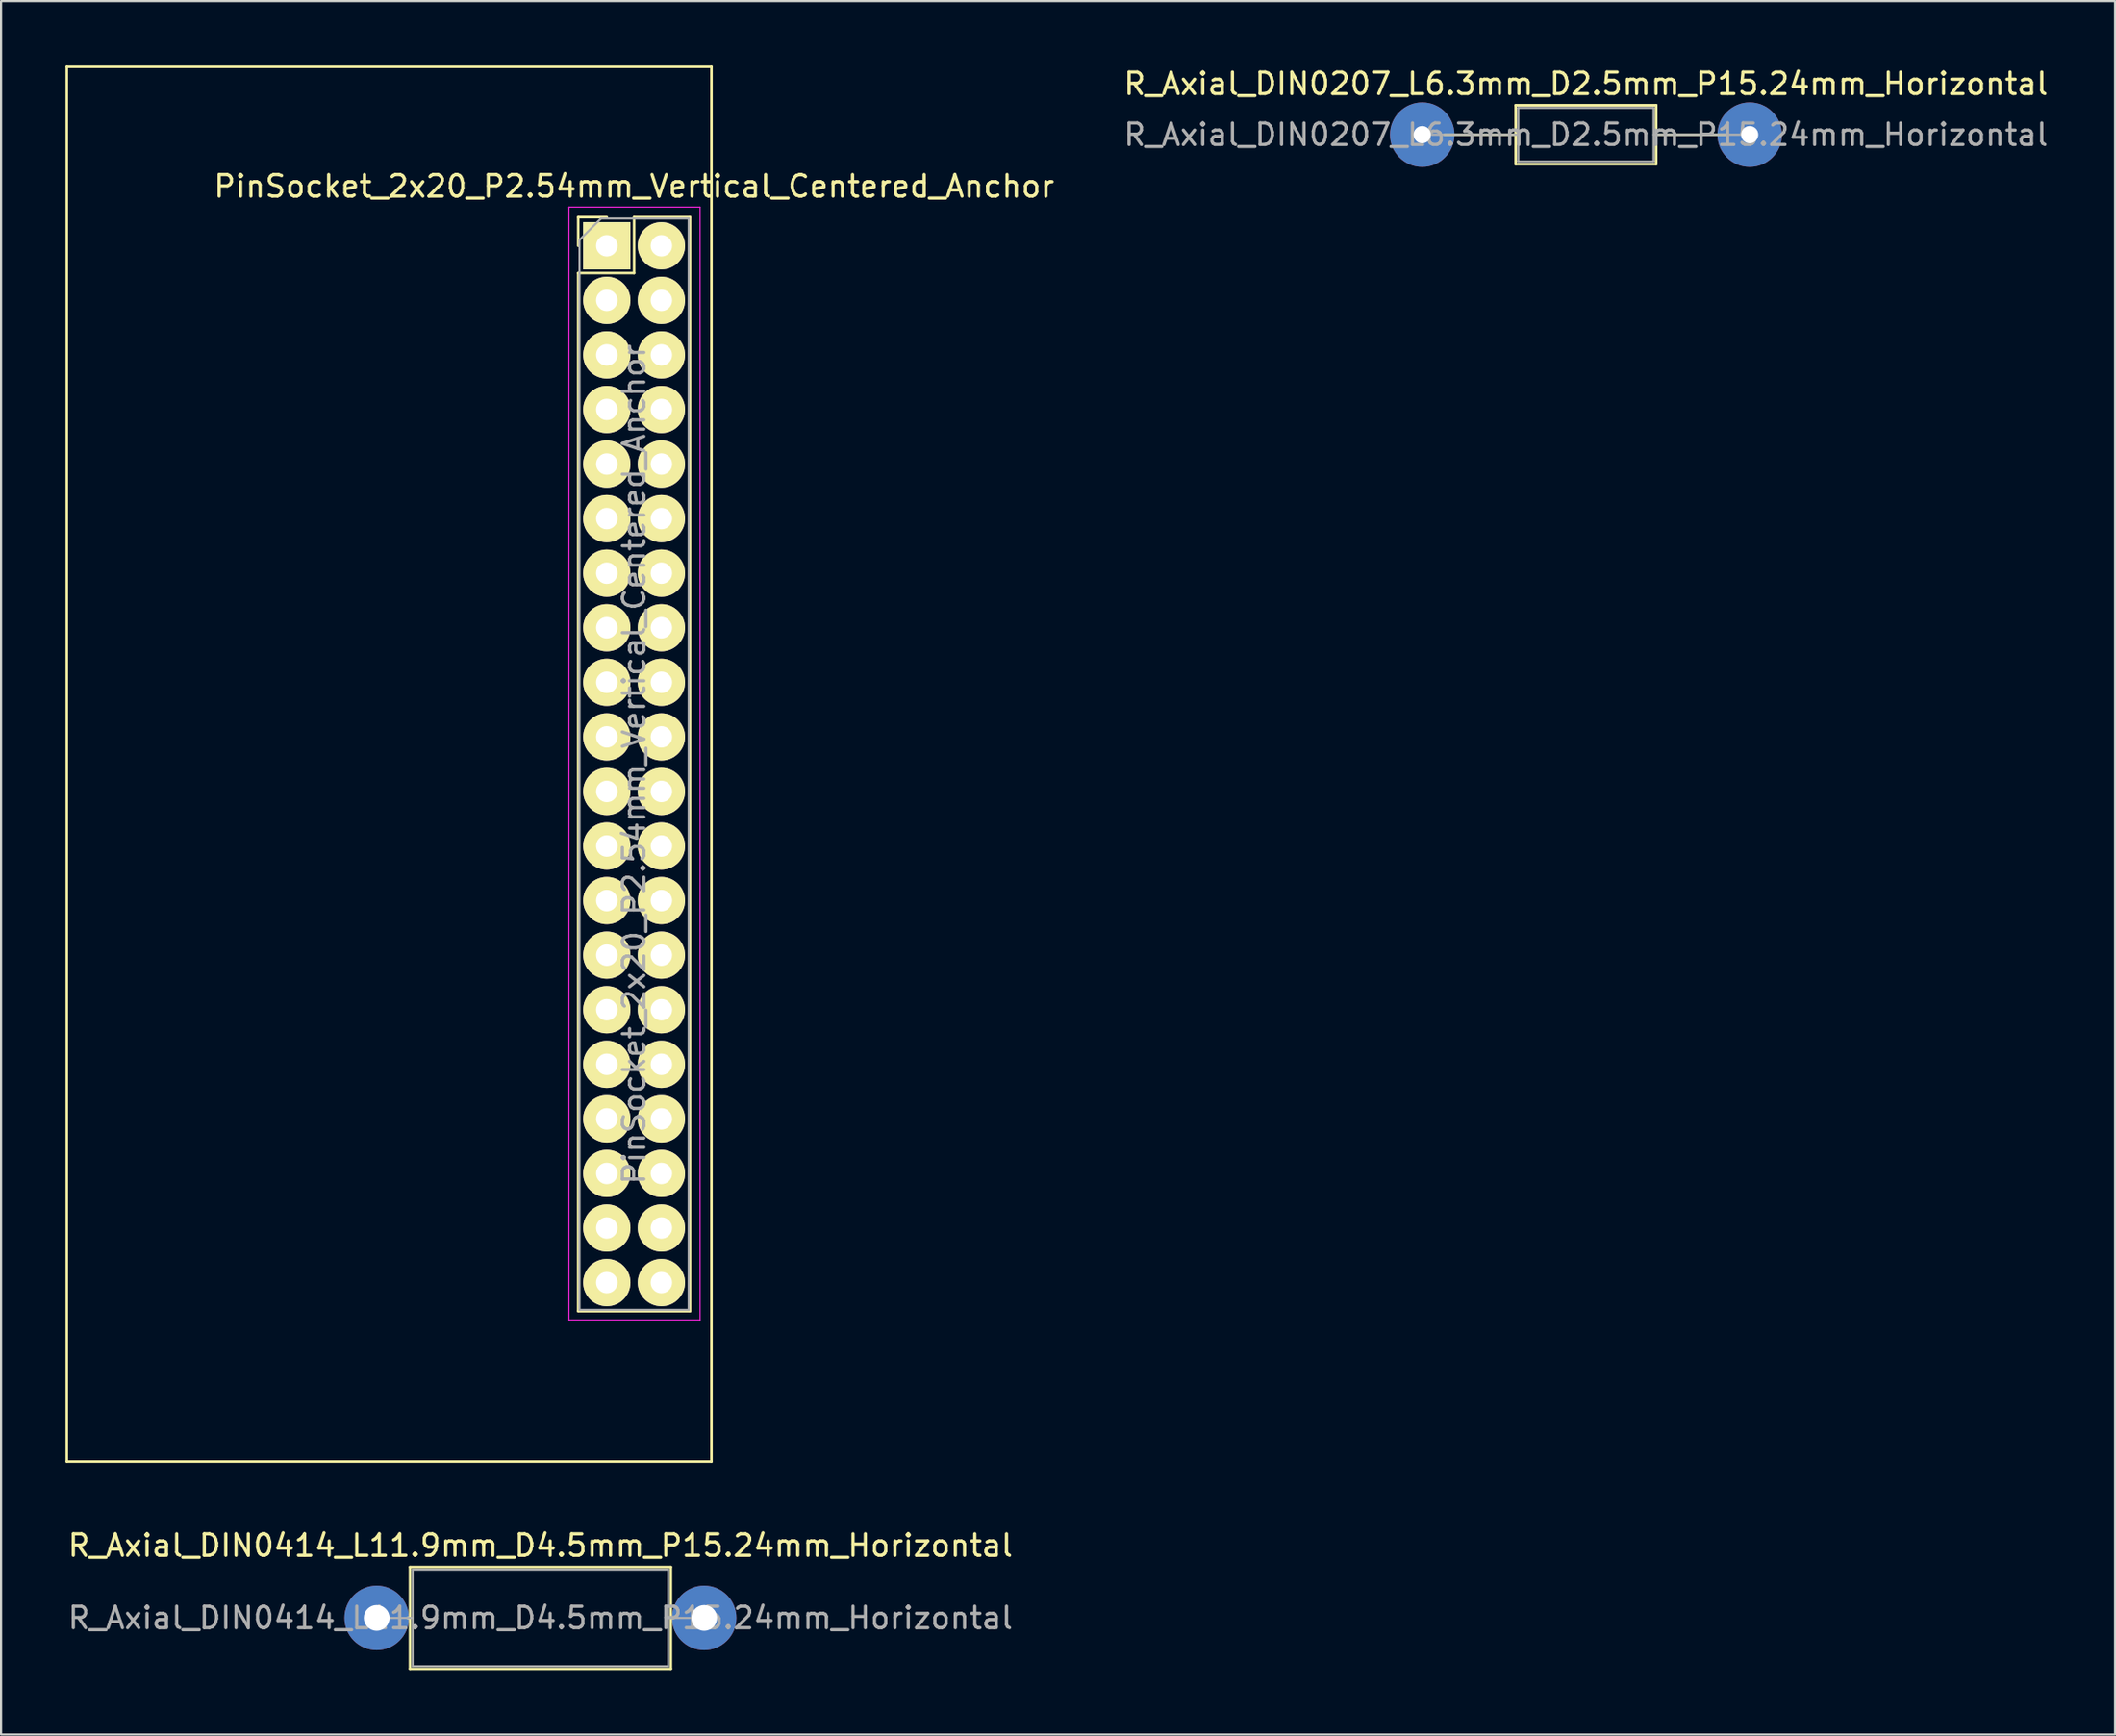
<source format=kicad_pcb>
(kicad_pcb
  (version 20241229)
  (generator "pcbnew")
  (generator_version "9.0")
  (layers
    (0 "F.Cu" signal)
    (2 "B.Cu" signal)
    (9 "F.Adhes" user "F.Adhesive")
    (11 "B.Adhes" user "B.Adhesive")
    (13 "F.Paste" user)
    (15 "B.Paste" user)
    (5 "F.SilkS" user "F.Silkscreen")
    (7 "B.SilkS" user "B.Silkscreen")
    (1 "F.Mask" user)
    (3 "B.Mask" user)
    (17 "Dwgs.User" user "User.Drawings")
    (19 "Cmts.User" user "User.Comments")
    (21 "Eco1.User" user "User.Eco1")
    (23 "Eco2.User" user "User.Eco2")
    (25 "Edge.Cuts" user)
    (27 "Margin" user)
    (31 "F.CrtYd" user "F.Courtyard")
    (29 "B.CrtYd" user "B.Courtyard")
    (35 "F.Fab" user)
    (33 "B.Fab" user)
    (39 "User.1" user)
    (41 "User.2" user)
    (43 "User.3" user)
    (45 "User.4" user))
  (footprint "R_Axial_DIN0414_L11.9mm_D4.5mm_P15.24mm_Horizontal"
    (layer "F.Cu")
    (at 14.481 72.258)
    (property "Reference" "R_Axial_DIN0414_L11.9mm_D4.5mm_P15.24mm_Horizontal" (at 7.62 -3.37 0) (layer "F.SilkS") (effects (font (size 1 1) (thickness 0.15))))
    (attr through_hole)
    (fp_line (start 1.44 0) (end 1.55 0) (stroke (width 0.12) (type solid)) (layer "F.SilkS"))
    (fp_line (start 1.55 -2.37) (end 1.55 2.37) (stroke (width 0.12) (type solid)) (layer "F.SilkS"))
    (fp_line (start 1.55 2.37) (end 13.69 2.37) (stroke (width 0.12) (type solid)) (layer "F.SilkS"))
    (fp_line (start 13.69 -2.37) (end 1.55 -2.37) (stroke (width 0.12) (type solid)) (layer "F.SilkS"))
    (fp_line (start 13.69 2.37) (end 13.69 -2.37) (stroke (width 0.12) (type solid)) (layer "F.SilkS"))
    (fp_line (start 13.8 0) (end 13.69 0) (stroke (width 0.12) (type solid)) (layer "F.SilkS"))
    (fp_line (start 0 0) (end 1.67 0) (stroke (width 0.1) (type solid)) (layer "F.Fab"))
    (fp_line (start 1.67 -2.25) (end 1.67 2.25) (stroke (width 0.1) (type solid)) (layer "F.Fab"))
    (fp_line (start 1.67 2.25) (end 13.57 2.25) (stroke (width 0.1) (type solid)) (layer "F.Fab"))
    (fp_line (start 13.57 -2.25) (end 1.67 -2.25) (stroke (width 0.1) (type solid)) (layer "F.Fab"))
    (fp_line (start 13.57 2.25) (end 13.57 -2.25) (stroke (width 0.1) (type solid)) (layer "F.Fab"))
    (fp_line (start 15.24 0) (end 13.57 0) (stroke (width 0.1) (type solid)) (layer "F.Fab"))
    (fp_text user "${REFERENCE}" (at 7.62 0 0) (layer "F.Fab") (effects (font (size 1 1) (thickness 0.15))))
    (pad "1" thru_hole circle (at 0 0) (size 3 3) (drill 1.2) (layers "*.Cu" "*.Mask"))
    (pad "2" thru_hole oval (at 15.24 0) (size 3 3) (drill 1.2) (layers "*.Cu" "*.Mask")))
  (footprint "R_Axial_DIN0207_L6.3mm_D2.5mm_P15.24mm_Horizontal"
    (layer "F.Cu")
    (at 63.138 3.218)
    (property "Reference" "R_Axial_DIN0207_L6.3mm_D2.5mm_P15.24mm_Horizontal" (at 7.62 -2.37 0) (layer "F.SilkS") (effects (font (size 1 1) (thickness 0.15))))
    (attr through_hole)
    (fp_line (start 1.04 0) (end 4.35 0) (stroke (width 0.12) (type solid)) (layer "F.SilkS"))
    (fp_line (start 4.35 -1.37) (end 4.35 1.37) (stroke (width 0.12) (type solid)) (layer "F.SilkS"))
    (fp_line (start 4.35 1.37) (end 10.89 1.37) (stroke (width 0.12) (type solid)) (layer "F.SilkS"))
    (fp_line (start 10.89 -1.37) (end 4.35 -1.37) (stroke (width 0.12) (type solid)) (layer "F.SilkS"))
    (fp_line (start 10.89 1.37) (end 10.89 -1.37) (stroke (width 0.12) (type solid)) (layer "F.SilkS"))
    (fp_line (start 14.2 0) (end 10.89 0) (stroke (width 0.12) (type solid)) (layer "F.SilkS"))
    (fp_line (start 0 0) (end 4.47 0) (stroke (width 0.1) (type solid)) (layer "F.Fab"))
    (fp_line (start 4.47 -1.25) (end 4.47 1.25) (stroke (width 0.1) (type solid)) (layer "F.Fab"))
    (fp_line (start 4.47 1.25) (end 10.77 1.25) (stroke (width 0.1) (type solid)) (layer "F.Fab"))
    (fp_line (start 10.77 -1.25) (end 4.47 -1.25) (stroke (width 0.1) (type solid)) (layer "F.Fab"))
    (fp_line (start 10.77 1.25) (end 10.77 -1.25) (stroke (width 0.1) (type solid)) (layer "F.Fab"))
    (fp_line (start 15.24 0) (end 10.77 0) (stroke (width 0.1) (type solid)) (layer "F.Fab"))
    (fp_text user "${REFERENCE}" (at 7.62 0 0) (layer "F.Fab") (effects (font (size 1 1) (thickness 0.15))))
    (pad "1" thru_hole circle (at 0 0) (size 3 3) (drill 0.8) (layers "*.Cu" "*.Mask"))
    (pad "2" thru_hole oval (at 15.24 0) (size 3 3) (drill 0.8) (layers "*.Cu" "*.Mask")))
  (footprint "PinSocket_2x20_P2.54mm_Vertical_Centered_Anchor"
    (layer "F.Cu")
    (at 26.46 32.52)
    (property "Reference" "PinSocket_2x20_P2.54mm_Vertical_Centered_Anchor" (at 0 -26.9 180) (layer "F.SilkS") (effects (font (size 1 1) (thickness 0.15))))
    (attr through_hole)
    (fp_line (start -26.4 -32.46) (end -26.4 32.46) (stroke (width 0.12) (type solid)) (layer "F.SilkS"))
    (fp_line (start -2.6 -25.46) (end -2.6 -24.13) (stroke (width 0.12) (type solid)) (layer "F.SilkS"))
    (fp_line (start -2.6 -22.86) (end -2.6 25.46) (stroke (width 0.12) (type solid)) (layer "F.SilkS"))
    (fp_line (start -1.27 -25.46) (end -2.6 -25.46) (stroke (width 0.12) (type solid)) (layer "F.SilkS"))
    (fp_line (start 0 -25.46) (end 0 -22.86) (stroke (width 0.12) (type solid)) (layer "F.SilkS"))
    (fp_line (start 0 -22.86) (end -2.6 -22.86) (stroke (width 0.12) (type solid)) (layer "F.SilkS"))
    (fp_line (start 2.6 -25.46) (end 0 -25.46) (stroke (width 0.12) (type solid)) (layer "F.SilkS"))
    (fp_line (start 2.6 -25.46) (end 2.6 25.46) (stroke (width 0.12) (type solid)) (layer "F.SilkS"))
    (fp_line (start 2.6 25.46) (end -2.6 25.46) (stroke (width 0.12) (type solid)) (layer "F.SilkS"))
    (fp_line (start 3.6 -32.46) (end -26.4 -32.46) (stroke (width 0.12) (type solid)) (layer "F.SilkS"))
    (fp_line (start 3.6 -32.46) (end 3.6 32.46) (stroke (width 0.12) (type solid)) (layer "F.SilkS"))
    (fp_line (start 3.6 32.46) (end -26.4 32.46) (stroke (width 0.12) (type solid)) (layer "F.SilkS"))
    (fp_line (start -3.03 -25.93) (end -3.03 25.87) (stroke (width 0.05) (type solid)) (layer "F.CrtYd"))
    (fp_line (start -3.03 25.87) (end 3.07 25.87) (stroke (width 0.05) (type solid)) (layer "F.CrtYd"))
    (fp_line (start 3.07 -25.93) (end -3.03 -25.93) (stroke (width 0.05) (type solid)) (layer "F.CrtYd"))
    (fp_line (start 3.07 25.87) (end 3.07 -25.93) (stroke (width 0.05) (type solid)) (layer "F.CrtYd"))
    (fp_line (start -2.54 -24.4) (end -2.54 25.4) (stroke (width 0.1) (type solid)) (layer "F.Fab"))
    (fp_line (start -2.54 25.4) (end 2.54 25.4) (stroke (width 0.1) (type solid)) (layer "F.Fab"))
    (fp_line (start -1.54 -25.4) (end -2.54 -24.4) (stroke (width 0.1) (type solid)) (layer "F.Fab"))
    (fp_line (start 2.54 -25.4) (end -1.54 -25.4) (stroke (width 0.1) (type solid)) (layer "F.Fab"))
    (fp_line (start 2.54 25.4) (end 2.54 -25.4) (stroke (width 0.1) (type solid)) (layer "F.Fab"))
    (fp_text user "${REFERENCE}" (at 0 0 270) (layer "F.Fab") (effects (font (size 1 1) (thickness 0.15))))
    (pad "1" thru_hole rect (at -1.27 -24.13) (size 2.2 2.2) (drill 1) (layers "*.Cu" "*.Mask" "F.SilkS"))
    (pad "2" thru_hole oval (at 1.27 -24.13) (size 2.2 2.2) (drill 1) (layers "*.Cu" "*.Mask" "F.SilkS"))
    (pad "3" thru_hole oval (at -1.27 -21.59) (size 2.2 2.2) (drill 1) (layers "*.Cu" "*.Mask" "F.SilkS"))
    (pad "4" thru_hole oval (at 1.27 -21.59) (size 2.2 2.2) (drill 1) (layers "*.Cu" "*.Mask" "F.SilkS"))
    (pad "5" thru_hole oval (at -1.27 -19.05) (size 2.2 2.2) (drill 1) (layers "*.Cu" "*.Mask" "F.SilkS"))
    (pad "6" thru_hole oval (at 1.27 -19.05) (size 2.2 2.2) (drill 1) (layers "*.Cu" "*.Mask" "F.SilkS"))
    (pad "7" thru_hole oval (at -1.27 -16.51) (size 2.2 2.2) (drill 1) (layers "*.Cu" "*.Mask" "F.SilkS"))
    (pad "8" thru_hole oval (at 1.27 -16.51) (size 2.2 2.2) (drill 1) (layers "*.Cu" "*.Mask" "F.SilkS"))
    (pad "9" thru_hole oval (at -1.27 -13.97) (size 2.2 2.2) (drill 1) (layers "*.Cu" "*.Mask" "F.SilkS"))
    (pad "10" thru_hole oval (at 1.27 -13.97) (size 2.2 2.2) (drill 1) (layers "*.Cu" "*.Mask" "F.SilkS"))
    (pad "11" thru_hole oval (at -1.27 -11.43) (size 2.2 2.2) (drill 1) (layers "*.Cu" "*.Mask" "F.SilkS"))
    (pad "12" thru_hole oval (at 1.27 -11.43) (size 2.2 2.2) (drill 1) (layers "*.Cu" "*.Mask" "F.SilkS"))
    (pad "13" thru_hole oval (at -1.27 -8.89) (size 2.2 2.2) (drill 1) (layers "*.Cu" "*.Mask" "F.SilkS"))
    (pad "14" thru_hole oval (at 1.27 -8.89) (size 2.2 2.2) (drill 1) (layers "*.Cu" "*.Mask" "F.SilkS"))
    (pad "15" thru_hole oval (at -1.27 -6.35) (size 2.2 2.2) (drill 1) (layers "*.Cu" "*.Mask" "F.SilkS"))
    (pad "16" thru_hole oval (at 1.27 -6.35) (size 2.2 2.2) (drill 1) (layers "*.Cu" "*.Mask" "F.SilkS"))
    (pad "17" thru_hole oval (at -1.27 -3.81) (size 2.2 2.2) (drill 1) (layers "*.Cu" "*.Mask" "F.SilkS"))
    (pad "18" thru_hole oval (at 1.27 -3.81) (size 2.2 2.2) (drill 1) (layers "*.Cu" "*.Mask" "F.SilkS"))
    (pad "19" thru_hole oval (at -1.27 -1.27) (size 2.2 2.2) (drill 1) (layers "*.Cu" "*.Mask" "F.SilkS"))
    (pad "20" thru_hole oval (at 1.27 -1.27) (size 2.2 2.2) (drill 1) (layers "*.Cu" "*.Mask" "F.SilkS"))
    (pad "21" thru_hole oval (at -1.27 1.27) (size 2.2 2.2) (drill 1) (layers "*.Cu" "*.Mask" "F.SilkS"))
    (pad "22" thru_hole oval (at 1.27 1.27) (size 2.2 2.2) (drill 1) (layers "*.Cu" "*.Mask" "F.SilkS"))
    (pad "23" thru_hole oval (at -1.27 3.81) (size 2.2 2.2) (drill 1) (layers "*.Cu" "*.Mask" "F.SilkS"))
    (pad "24" thru_hole oval (at 1.27 3.81) (size 2.2 2.2) (drill 1) (layers "*.Cu" "*.Mask" "F.SilkS"))
    (pad "25" thru_hole oval (at -1.27 6.35) (size 2.2 2.2) (drill 1) (layers "*.Cu" "*.Mask" "F.SilkS"))
    (pad "26" thru_hole oval (at 1.27 6.35) (size 2.2 2.2) (drill 1) (layers "*.Cu" "*.Mask" "F.SilkS"))
    (pad "27" thru_hole oval (at -1.27 8.89) (size 2.2 2.2) (drill 1) (layers "*.Cu" "*.Mask" "F.SilkS"))
    (pad "28" thru_hole oval (at 1.27 8.89) (size 2.2 2.2) (drill 1) (layers "*.Cu" "*.Mask" "F.SilkS"))
    (pad "29" thru_hole oval (at -1.27 11.43) (size 2.2 2.2) (drill 1) (layers "*.Cu" "*.Mask" "F.SilkS"))
    (pad "30" thru_hole oval (at 1.27 11.43) (size 2.2 2.2) (drill 1) (layers "*.Cu" "*.Mask" "F.SilkS"))
    (pad "31" thru_hole oval (at -1.27 13.97) (size 2.2 2.2) (drill 1) (layers "*.Cu" "*.Mask" "F.SilkS"))
    (pad "32" thru_hole oval (at 1.27 13.97) (size 2.2 2.2) (drill 1) (layers "*.Cu" "*.Mask" "F.SilkS"))
    (pad "33" thru_hole oval (at -1.27 16.51) (size 2.2 2.2) (drill 1) (layers "*.Cu" "*.Mask" "F.SilkS"))
    (pad "34" thru_hole oval (at 1.27 16.51) (size 2.2 2.2) (drill 1) (layers "*.Cu" "*.Mask" "F.SilkS"))
    (pad "35" thru_hole oval (at -1.27 19.05) (size 2.2 2.2) (drill 1) (layers "*.Cu" "*.Mask" "F.SilkS"))
    (pad "36" thru_hole oval (at 1.27 19.05) (size 2.2 2.2) (drill 1) (layers "*.Cu" "*.Mask" "F.SilkS"))
    (pad "37" thru_hole oval (at -1.27 21.59) (size 2.2 2.2) (drill 1) (layers "*.Cu" "*.Mask" "F.SilkS"))
    (pad "38" thru_hole oval (at 1.27 21.59) (size 2.2 2.2) (drill 1) (layers "*.Cu" "*.Mask" "F.SilkS"))
    (pad "39" thru_hole oval (at -1.27 24.13) (size 2.2 2.2) (drill 1) (layers "*.Cu" "*.Mask" "F.SilkS"))
    (pad "40" thru_hole oval (at 1.27 24.13) (size 2.2 2.2) (drill 1) (layers "*.Cu" "*.Mask" "F.SilkS")))
  (gr_rect
    (start -3 -3)
    (end 95.383 77.688)
    (stroke (width 0.1) (type default))
    (fill no)
    (layer "Edge.Cuts")))
</source>
